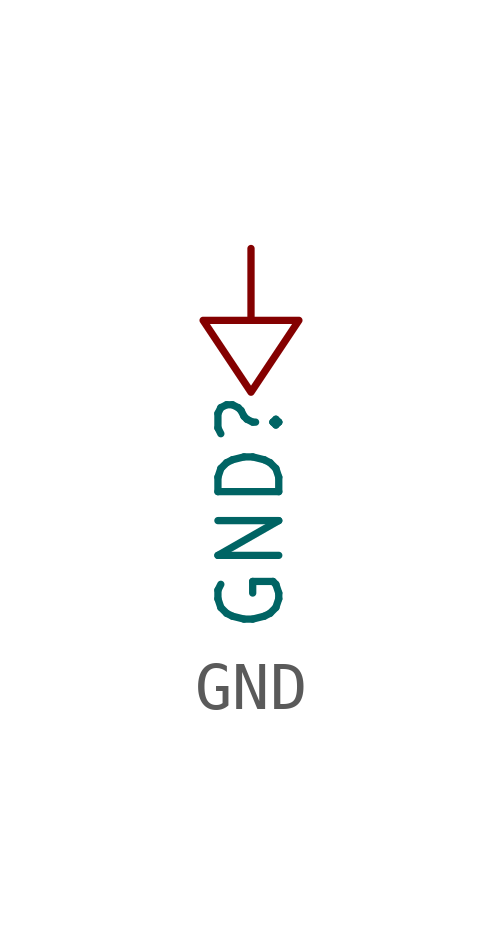
<source format=kicad_sym>
(kicad_symbol_lib
  (version 20220914)
  (generator kicad_symbol_editor)
  (symbol "GND"
    (power)
    (pin_names
      (offset 0))
    (property "Reference" "GND"
      (at 0 -5.5 90)
      (effects (font (size 1.27 1.27))))
    (symbol "GND_0_1"
      (polyline (pts (xy 0 0) (xy 0 -1.5) (xy 1 -1.5) (xy 0 -3) (xy -1 -1.5) (xy 0 -1.5)) (stroke (width 0) (type default)) (fill (type none))))
    (symbol "GND_1_1"
      (pin power_in line (at 0 0 270) (length 0) hide (name "GND" (effects (font (size 1.27 1.27)))) (number "1" (effects (font (size 1.27 1.27))))))))
</source>
